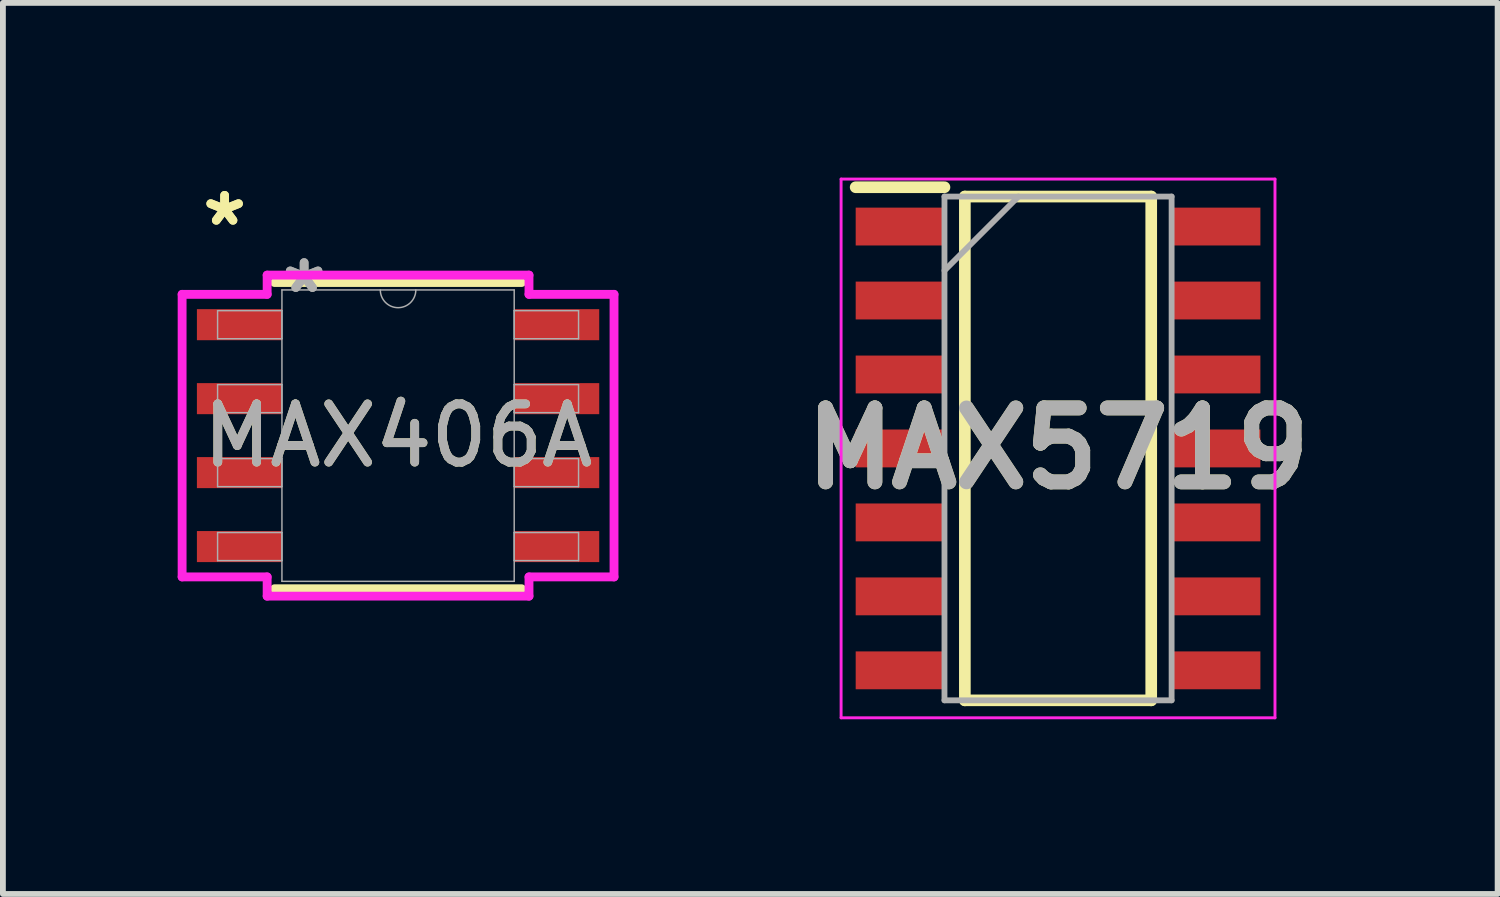
<source format=kicad_pcb>
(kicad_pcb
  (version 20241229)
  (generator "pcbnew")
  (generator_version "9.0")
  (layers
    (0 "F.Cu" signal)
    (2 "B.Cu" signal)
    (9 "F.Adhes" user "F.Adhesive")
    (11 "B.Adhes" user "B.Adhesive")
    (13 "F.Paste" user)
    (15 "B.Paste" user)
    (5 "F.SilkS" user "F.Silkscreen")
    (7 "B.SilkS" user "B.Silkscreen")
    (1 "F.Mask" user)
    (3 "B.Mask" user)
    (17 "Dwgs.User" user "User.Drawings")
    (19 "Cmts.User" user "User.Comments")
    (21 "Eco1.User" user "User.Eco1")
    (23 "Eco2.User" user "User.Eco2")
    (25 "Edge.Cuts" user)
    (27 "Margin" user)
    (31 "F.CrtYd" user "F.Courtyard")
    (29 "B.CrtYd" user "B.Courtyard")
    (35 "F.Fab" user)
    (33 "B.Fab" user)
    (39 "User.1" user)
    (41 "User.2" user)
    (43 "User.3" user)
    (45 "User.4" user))
  (footprint "MAX406A"
    (layer "F.Cu")
    (at 3.785 4.43)
    (property "Reference" "MAX406A" (at 0 0 0) (unlocked yes) (layer "F.SilkS") (effects (font (size 1 1) (thickness 0.15))))
    (attr smd)
    (fp_line (start -2.121 2.629) (end 2.121 2.629) (stroke (width 0.152) (type solid)) (layer "F.SilkS"))
    (fp_line (start 2.121 -2.629) (end -2.121 -2.629) (stroke (width 0.152) (type solid)) (layer "F.SilkS"))
    (fp_line (start -3.708 -2.426) (end -2.248 -2.426) (stroke (width 0.152) (type solid)) (layer "F.CrtYd"))
    (fp_line (start -3.708 2.426) (end -3.708 -2.426) (stroke (width 0.152) (type solid)) (layer "F.CrtYd"))
    (fp_line (start -3.708 2.426) (end -2.248 2.426) (stroke (width 0.152) (type solid)) (layer "F.CrtYd"))
    (fp_line (start -2.248 -2.756) (end 2.248 -2.756) (stroke (width 0.152) (type solid)) (layer "F.CrtYd"))
    (fp_line (start -2.248 -2.426) (end -2.248 -2.756) (stroke (width 0.152) (type solid)) (layer "F.CrtYd"))
    (fp_line (start -2.248 2.756) (end -2.248 2.426) (stroke (width 0.152) (type solid)) (layer "F.CrtYd"))
    (fp_line (start 2.248 -2.756) (end 2.248 -2.426) (stroke (width 0.152) (type solid)) (layer "F.CrtYd"))
    (fp_line (start 2.248 2.426) (end 2.248 2.756) (stroke (width 0.152) (type solid)) (layer "F.CrtYd"))
    (fp_line (start 2.248 2.756) (end -2.248 2.756) (stroke (width 0.152) (type solid)) (layer "F.CrtYd"))
    (fp_line (start 3.708 -2.426) (end 2.248 -2.426) (stroke (width 0.152) (type solid)) (layer "F.CrtYd"))
    (fp_line (start 3.708 -2.426) (end 3.708 2.426) (stroke (width 0.152) (type solid)) (layer "F.CrtYd"))
    (fp_line (start 3.708 2.426) (end 2.248 2.426) (stroke (width 0.152) (type solid)) (layer "F.CrtYd"))
    (fp_line (start -3.099 -2.146) (end -3.099 -1.664) (stroke (width 0.025) (type solid)) (layer "F.Fab"))
    (fp_line (start -3.099 -1.664) (end -1.994 -1.664) (stroke (width 0.025) (type solid)) (layer "F.Fab"))
    (fp_line (start -3.099 -0.876) (end -3.099 -0.394) (stroke (width 0.025) (type solid)) (layer "F.Fab"))
    (fp_line (start -3.099 -0.394) (end -1.994 -0.394) (stroke (width 0.025) (type solid)) (layer "F.Fab"))
    (fp_line (start -3.099 0.394) (end -3.099 0.876) (stroke (width 0.025) (type solid)) (layer "F.Fab"))
    (fp_line (start -3.099 0.876) (end -1.994 0.876) (stroke (width 0.025) (type solid)) (layer "F.Fab"))
    (fp_line (start -3.099 1.664) (end -3.099 2.146) (stroke (width 0.025) (type solid)) (layer "F.Fab"))
    (fp_line (start -3.099 2.146) (end -1.994 2.146) (stroke (width 0.025) (type solid)) (layer "F.Fab"))
    (fp_line (start -1.994 -2.502) (end -1.994 2.502) (stroke (width 0.025) (type solid)) (layer "F.Fab"))
    (fp_line (start -1.994 -2.146) (end -3.099 -2.146) (stroke (width 0.025) (type solid)) (layer "F.Fab"))
    (fp_line (start -1.994 -1.664) (end -1.994 -2.146) (stroke (width 0.025) (type solid)) (layer "F.Fab"))
    (fp_line (start -1.994 -0.876) (end -3.099 -0.876) (stroke (width 0.025) (type solid)) (layer "F.Fab"))
    (fp_line (start -1.994 -0.394) (end -1.994 -0.876) (stroke (width 0.025) (type solid)) (layer "F.Fab"))
    (fp_line (start -1.994 0.394) (end -3.099 0.394) (stroke (width 0.025) (type solid)) (layer "F.Fab"))
    (fp_line (start -1.994 0.876) (end -1.994 0.394) (stroke (width 0.025) (type solid)) (layer "F.Fab"))
    (fp_line (start -1.994 1.664) (end -3.099 1.664) (stroke (width 0.025) (type solid)) (layer "F.Fab"))
    (fp_line (start -1.994 2.146) (end -1.994 1.664) (stroke (width 0.025) (type solid)) (layer "F.Fab"))
    (fp_line (start -1.994 2.502) (end 1.994 2.502) (stroke (width 0.025) (type solid)) (layer "F.Fab"))
    (fp_line (start 1.994 -2.502) (end -1.994 -2.502) (stroke (width 0.025) (type solid)) (layer "F.Fab"))
    (fp_line (start 1.994 -2.146) (end 1.994 -1.664) (stroke (width 0.025) (type solid)) (layer "F.Fab"))
    (fp_line (start 1.994 -1.664) (end 3.099 -1.664) (stroke (width 0.025) (type solid)) (layer "F.Fab"))
    (fp_line (start 1.994 -0.876) (end 1.994 -0.394) (stroke (width 0.025) (type solid)) (layer "F.Fab"))
    (fp_line (start 1.994 -0.394) (end 3.099 -0.394) (stroke (width 0.025) (type solid)) (layer "F.Fab"))
    (fp_line (start 1.994 0.394) (end 1.994 0.876) (stroke (width 0.025) (type solid)) (layer "F.Fab"))
    (fp_line (start 1.994 0.876) (end 3.099 0.876) (stroke (width 0.025) (type solid)) (layer "F.Fab"))
    (fp_line (start 1.994 1.664) (end 1.994 2.146) (stroke (width 0.025) (type solid)) (layer "F.Fab"))
    (fp_line (start 1.994 2.146) (end 3.099 2.146) (stroke (width 0.025) (type solid)) (layer "F.Fab"))
    (fp_line (start 1.994 2.502) (end 1.994 -2.502) (stroke (width 0.025) (type solid)) (layer "F.Fab"))
    (fp_line (start 3.099 -2.146) (end 1.994 -2.146) (stroke (width 0.025) (type solid)) (layer "F.Fab"))
    (fp_line (start 3.099 -1.664) (end 3.099 -2.146) (stroke (width 0.025) (type solid)) (layer "F.Fab"))
    (fp_line (start 3.099 -0.876) (end 1.994 -0.876) (stroke (width 0.025) (type solid)) (layer "F.Fab"))
    (fp_line (start 3.099 -0.394) (end 3.099 -0.876) (stroke (width 0.025) (type solid)) (layer "F.Fab"))
    (fp_line (start 3.099 0.394) (end 1.994 0.394) (stroke (width 0.025) (type solid)) (layer "F.Fab"))
    (fp_line (start 3.099 0.876) (end 3.099 0.394) (stroke (width 0.025) (type solid)) (layer "F.Fab"))
    (fp_line (start 3.099 1.664) (end 1.994 1.664) (stroke (width 0.025) (type solid)) (layer "F.Fab"))
    (fp_line (start 3.099 2.146) (end 3.099 1.664) (stroke (width 0.025) (type solid)) (layer "F.Fab"))
    (fp_arc (start 0.3048 -2.5019) (mid 0 -2.1971) (end -0.3048 -2.5019) (stroke (width 0.0254) (type solid)) (layer "F.Fab"))
    (fp_text user "*" (at -2.978 -3.581 0) (unlocked yes) (layer "F.SilkS") (effects (font (size 1 1) (thickness 0.15))))
    (fp_text user "*" (at -2.978 -3.581 0) (layer "F.SilkS") (effects (font (size 1 1) (thickness 0.15))))
    (fp_text user "*" (at -1.613 -2.426 0) (unlocked yes) (layer "F.Fab") (effects (font (size 1 1) (thickness 0.15))))
    (fp_text user "${REFERENCE}" (at 0 0 0) (unlocked yes) (layer "F.Fab") (effects (font (size 1 1) (thickness 0.15))))
    (fp_text user "*" (at -1.613 -2.426 0) (layer "F.Fab") (effects (font (size 1 1) (thickness 0.15))))
    (pad "1" smd rect (at -2.724 -1.905) (size 1.46 0.533) (layers "F.Cu" "F.Mask" "F.Paste"))
    (pad "2" smd rect (at -2.724 -0.635) (size 1.46 0.533) (layers "F.Cu" "F.Mask" "F.Paste"))
    (pad "3" smd rect (at -2.724 0.635) (size 1.46 0.533) (layers "F.Cu" "F.Mask" "F.Paste"))
    (pad "4" smd rect (at -2.724 1.905) (size 1.46 0.533) (layers "F.Cu" "F.Mask" "F.Paste"))
    (pad "5" smd rect (at 2.724 1.905) (size 1.46 0.533) (layers "F.Cu" "F.Mask" "F.Paste"))
    (pad "6" smd rect (at 2.724 0.635) (size 1.46 0.533) (layers "F.Cu" "F.Mask" "F.Paste"))
    (pad "7" smd rect (at 2.724 -0.635) (size 1.46 0.533) (layers "F.Cu" "F.Mask" "F.Paste"))
    (pad "8" smd rect (at 2.724 -1.905) (size 1.46 0.533) (layers "F.Cu" "F.Mask" "F.Paste")))
  (footprint "MAX5719"
    (layer "F.Cu")
    (at 15.117 4.65)
    (property "Reference" "MAX5719" (at 0 0 0) (layer "F.SilkS") (effects (font (size 1.27 1.27) (thickness 0.254))))
    (attr smd)
    (fp_line (start -3.475 -4.485) (end -1.95 -4.485) (stroke (width 0.2) (type solid)) (layer "F.SilkS"))
    (fp_line (start -1.6 -4.325) (end 1.6 -4.325) (stroke (width 0.2) (type solid)) (layer "F.SilkS"))
    (fp_line (start -1.6 4.325) (end -1.6 -4.325) (stroke (width 0.2) (type solid)) (layer "F.SilkS"))
    (fp_line (start 1.6 -4.325) (end 1.6 4.325) (stroke (width 0.2) (type solid)) (layer "F.SilkS"))
    (fp_line (start 1.6 4.325) (end -1.6 4.325) (stroke (width 0.2) (type solid)) (layer "F.SilkS"))
    (fp_line (start -3.725 -4.625) (end 3.725 -4.625) (stroke (width 0.05) (type solid)) (layer "F.CrtYd"))
    (fp_line (start -3.725 4.625) (end -3.725 -4.625) (stroke (width 0.05) (type solid)) (layer "F.CrtYd"))
    (fp_line (start 3.725 -4.625) (end 3.725 4.625) (stroke (width 0.05) (type solid)) (layer "F.CrtYd"))
    (fp_line (start 3.725 4.625) (end -3.725 4.625) (stroke (width 0.05) (type solid)) (layer "F.CrtYd"))
    (fp_line (start -1.95 -4.325) (end 1.95 -4.325) (stroke (width 0.1) (type solid)) (layer "F.Fab"))
    (fp_line (start -1.95 -3.055) (end -0.68 -4.325) (stroke (width 0.1) (type solid)) (layer "F.Fab"))
    (fp_line (start -1.95 4.325) (end -1.95 -4.325) (stroke (width 0.1) (type solid)) (layer "F.Fab"))
    (fp_line (start 1.95 -4.325) (end 1.95 4.325) (stroke (width 0.1) (type solid)) (layer "F.Fab"))
    (fp_line (start 1.95 4.325) (end -1.95 4.325) (stroke (width 0.1) (type solid)) (layer "F.Fab"))
    (fp_text user "${REFERENCE}" (at 0 0 0) (layer "F.Fab") (effects (font (size 1.27 1.27) (thickness 0.254))))
    (pad "1" smd rect (at -2.712 -3.81 90) (size 0.65 1.525) (layers "F.Cu" "F.Mask" "F.Paste"))
    (pad "2" smd rect (at -2.712 -2.54 90) (size 0.65 1.525) (layers "F.Cu" "F.Mask" "F.Paste"))
    (pad "3" smd rect (at -2.712 -1.27 90) (size 0.65 1.525) (layers "F.Cu" "F.Mask" "F.Paste"))
    (pad "4" smd rect (at -2.712 0 90) (size 0.65 1.525) (layers "F.Cu" "F.Mask" "F.Paste"))
    (pad "5" smd rect (at -2.712 1.27 90) (size 0.65 1.525) (layers "F.Cu" "F.Mask" "F.Paste"))
    (pad "6" smd rect (at -2.712 2.54 90) (size 0.65 1.525) (layers "F.Cu" "F.Mask" "F.Paste"))
    (pad "7" smd rect (at -2.712 3.81 90) (size 0.65 1.525) (layers "F.Cu" "F.Mask" "F.Paste"))
    (pad "8" smd rect (at 2.712 3.81 90) (size 0.65 1.525) (layers "F.Cu" "F.Mask" "F.Paste"))
    (pad "9" smd rect (at 2.712 2.54 90) (size 0.65 1.525) (layers "F.Cu" "F.Mask" "F.Paste"))
    (pad "10" smd rect (at 2.712 1.27 90) (size 0.65 1.525) (layers "F.Cu" "F.Mask" "F.Paste"))
    (pad "11" smd rect (at 2.712 0 90) (size 0.65 1.525) (layers "F.Cu" "F.Mask" "F.Paste"))
    (pad "12" smd rect (at 2.712 -1.27 90) (size 0.65 1.525) (layers "F.Cu" "F.Mask" "F.Paste"))
    (pad "13" smd rect (at 2.712 -2.54 90) (size 0.65 1.525) (layers "F.Cu" "F.Mask" "F.Paste"))
    (pad "14" smd rect (at 2.712 -3.81 90) (size 0.65 1.525) (layers "F.Cu" "F.Mask" "F.Paste")))
  (gr_rect
    (start -3 -3)
    (end 22.665 12.3)
    (stroke (width 0.1) (type default))
    (fill no)
    (layer "Edge.Cuts")))
</source>
